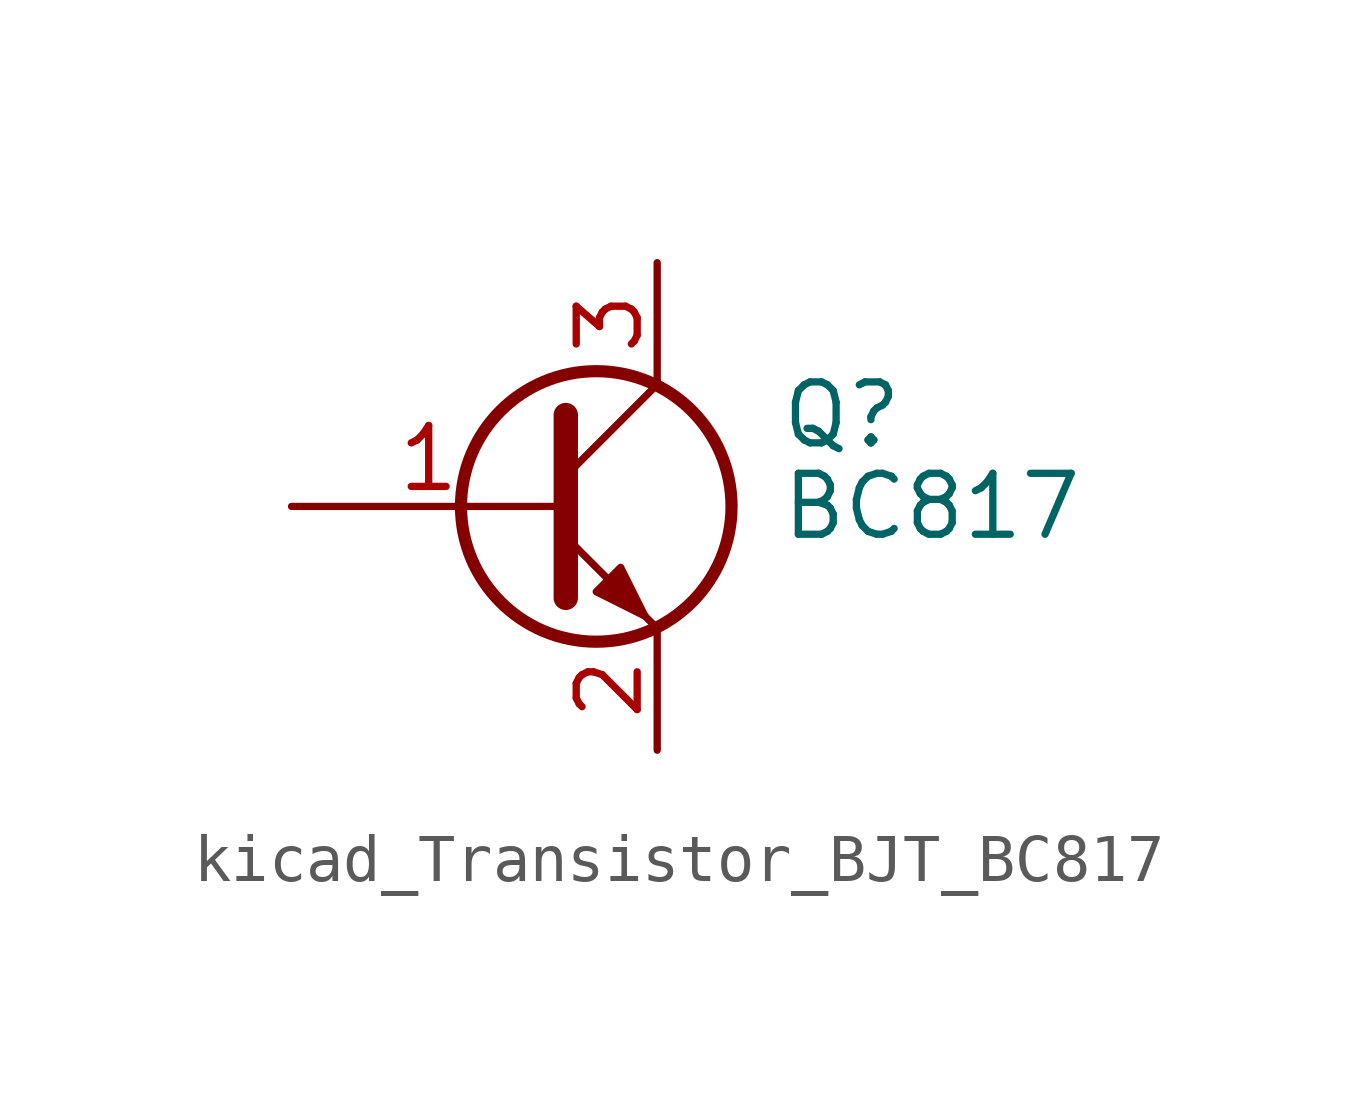
<source format=kicad_sym>
(kicad_symbol_lib
  (version 20220914)
  (generator kicad_symbol_editor)
  (symbol "kicad_Transistor_BJT_BC817"
    (pin_names
      (offset 0) hide)
    (property "Reference" "Q"
      (at 5.08 1.905 0)
      (effects (font (size 1.27 1.27)) (justify left)))
    (property "Value" "BC817"
      (at 5.08 0 0)
      (effects (font (size 1.27 1.27)) (justify left)))
    (symbol "kicad_Transistor_BJT_BC817_0_1"
      (polyline (pts (xy 0.635 0.635) (xy 2.54 2.54)) (stroke (width 0) (type default)) (fill (type none)))
      (polyline (pts (xy 0.635 -0.635) (xy 2.54 -2.54) (xy 2.54 -2.54)) (stroke (width 0) (type default)) (fill (type none)))
      (polyline (pts (xy 0.635 1.905) (xy 0.635 -1.905) (xy 0.635 -1.905)) (stroke (width 0.508) (type default)) (fill (type none)))
      (polyline (pts (xy 1.27 -1.778) (xy 1.778 -1.27) (xy 2.286 -2.286) (xy 1.27 -1.778) (xy 1.27 -1.778)) (stroke (width 0) (type default)) (fill (type outline)))
      (circle (center 1.27 0) (radius 2.819) (stroke (width 0.254) (type default)) (fill (type none))))
    (symbol "kicad_Transistor_BJT_BC817_1_1"
      (pin input line (at -5.08 0 0) (length 5.715) (name "B" (effects (font (size 1.27 1.27)))) (number "1" (effects (font (size 1.27 1.27)))))
      (pin passive line (at 2.54 -5.08 90) (length 2.54) (name "E" (effects (font (size 1.27 1.27)))) (number "2" (effects (font (size 1.27 1.27)))))
      (pin passive line (at 2.54 5.08 270) (length 2.54) (name "C" (effects (font (size 1.27 1.27)))) (number "3" (effects (font (size 1.27 1.27))))))))
</source>
